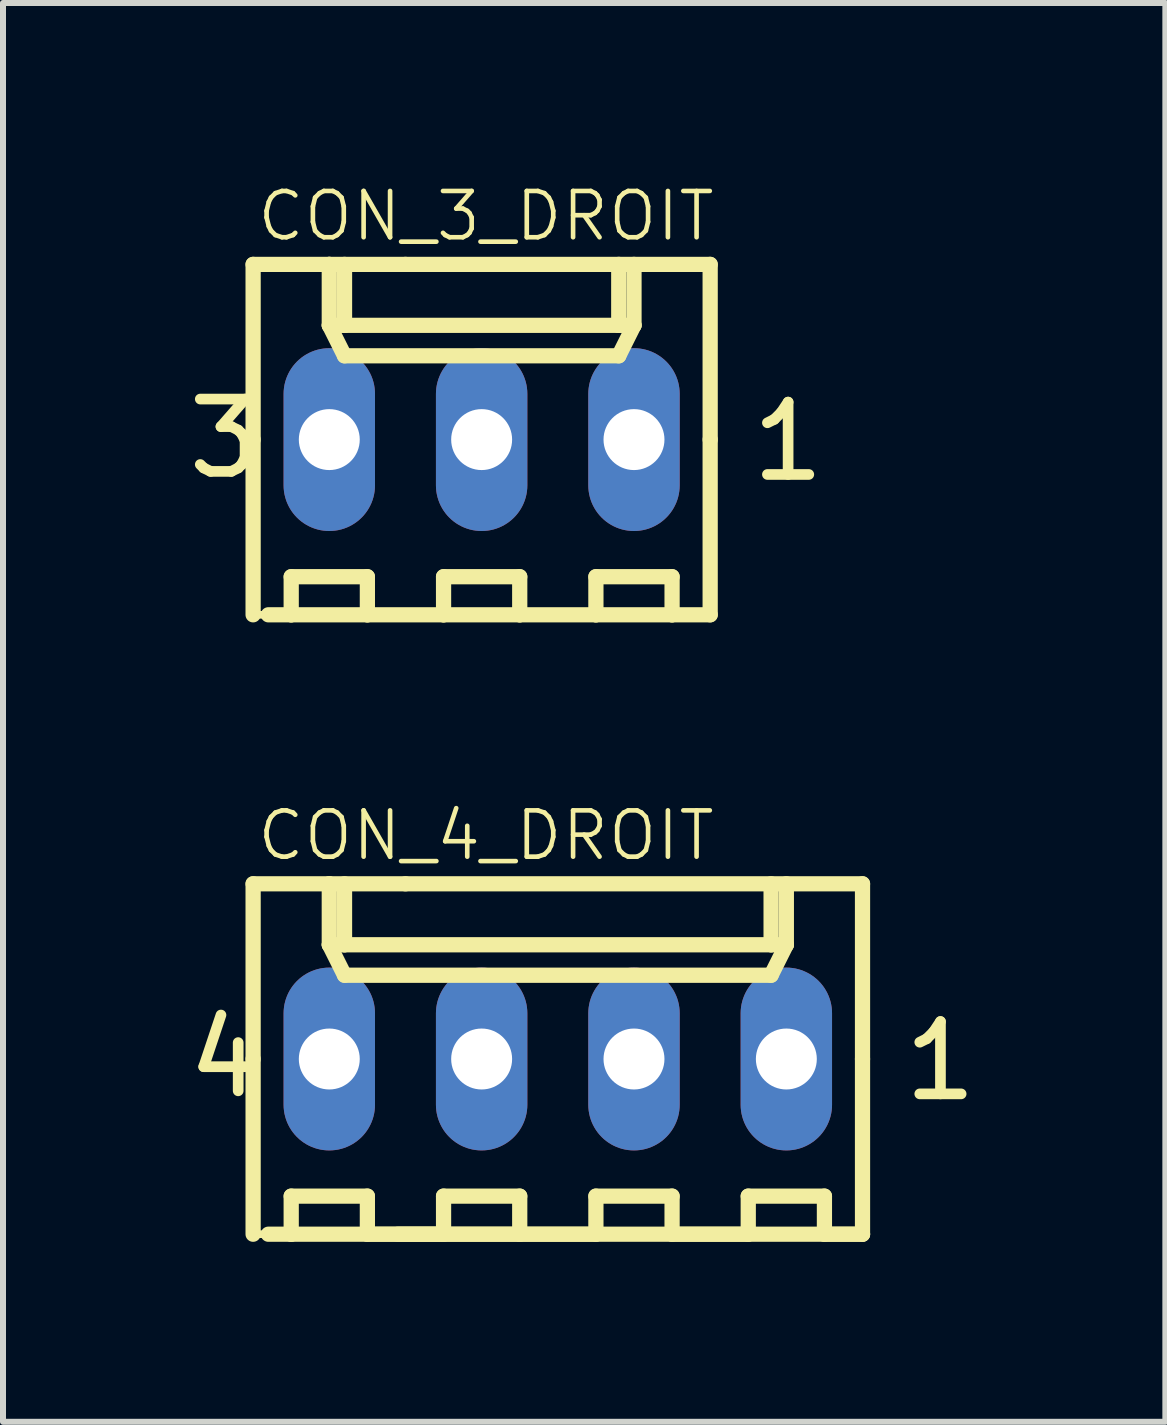
<source format=kicad_pcb>
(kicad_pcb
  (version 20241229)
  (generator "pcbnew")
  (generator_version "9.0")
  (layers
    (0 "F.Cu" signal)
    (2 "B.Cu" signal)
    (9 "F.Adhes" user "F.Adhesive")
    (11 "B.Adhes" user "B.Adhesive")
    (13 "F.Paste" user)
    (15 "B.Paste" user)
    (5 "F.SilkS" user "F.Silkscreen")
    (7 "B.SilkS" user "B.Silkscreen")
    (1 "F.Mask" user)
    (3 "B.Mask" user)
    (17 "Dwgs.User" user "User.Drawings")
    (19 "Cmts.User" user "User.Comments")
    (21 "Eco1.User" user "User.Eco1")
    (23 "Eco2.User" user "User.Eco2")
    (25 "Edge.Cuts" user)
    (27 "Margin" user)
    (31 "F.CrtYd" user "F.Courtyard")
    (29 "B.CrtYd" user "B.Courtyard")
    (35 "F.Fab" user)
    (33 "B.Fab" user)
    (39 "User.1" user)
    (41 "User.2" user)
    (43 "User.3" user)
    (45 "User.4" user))
  (footprint "CON_4_DROIT"
    (layer "F.Cu")
    (at 6.25 14.606)
    (property "Reference" "CON_4_DROIT" (at -5.053 -3.275 180) (layer "F.SilkS") (effects (font (size 0.772 0.772) (thickness 0.077)) (justify left bottom)))
    (attr through_hole)
    (fp_line (start -5.08 -2.921) (end -3.81 -2.921) (stroke (width 0.254) (type solid)) (layer "F.SilkS"))
    (fp_line (start -5.08 0) (end -5.08 -2.921) (stroke (width 0.254) (type solid)) (layer "F.SilkS"))
    (fp_line (start -5.08 0) (end -5.08 2.921) (stroke (width 0.254) (type solid)) (layer "F.SilkS"))
    (fp_line (start -5.08 2.921) (end -2.667 2.921) (stroke (width 0.127) (type solid)) (layer "F.SilkS"))
    (fp_line (start -4.826 2.921) (end -4.445 2.921) (stroke (width 0.254) (type solid)) (layer "F.SilkS"))
    (fp_line (start -4.445 2.286) (end -3.175 2.286) (stroke (width 0.254) (type solid)) (layer "F.SilkS"))
    (fp_line (start -4.445 2.921) (end -4.445 2.286) (stroke (width 0.254) (type solid)) (layer "F.SilkS"))
    (fp_line (start -3.81 -2.921) (end -2.54 -2.921) (stroke (width 0.254) (type solid)) (layer "F.SilkS"))
    (fp_line (start -3.81 -2.54) (end -3.81 -2.921) (stroke (width 0.127) (type solid)) (layer "F.SilkS"))
    (fp_line (start -3.81 -1.905) (end -3.81 -2.921) (stroke (width 0.254) (type solid)) (layer "F.SilkS"))
    (fp_line (start -3.81 -1.905) (end -3.556 -1.905) (stroke (width 0.254) (type solid)) (layer "F.SilkS"))
    (fp_line (start -3.81 -1.905) (end -3.556 -1.397) (stroke (width 0.254) (type solid)) (layer "F.SilkS"))
    (fp_line (start -3.556 -2.921) (end -3.81 -2.921) (stroke (width 0.127) (type solid)) (layer "F.SilkS"))
    (fp_line (start -3.556 -2.921) (end -3.556 -1.905) (stroke (width 0.254) (type solid)) (layer "F.SilkS"))
    (fp_line (start -3.556 -1.905) (end 3.556 -1.905) (stroke (width 0.254) (type solid)) (layer "F.SilkS"))
    (fp_line (start -3.556 -1.397) (end 3.556 -1.397) (stroke (width 0.254) (type solid)) (layer "F.SilkS"))
    (fp_line (start -3.175 2.286) (end -3.175 2.921) (stroke (width 0.254) (type solid)) (layer "F.SilkS"))
    (fp_line (start -3.175 2.921) (end -1.905 2.921) (stroke (width 0.254) (type solid)) (layer "F.SilkS"))
    (fp_line (start -1.905 2.286) (end -0.635 2.286) (stroke (width 0.254) (type solid)) (layer "F.SilkS"))
    (fp_line (start -1.905 2.921) (end -1.905 2.286) (stroke (width 0.254) (type solid)) (layer "F.SilkS"))
    (fp_line (start -0.635 2.286) (end -0.635 2.921) (stroke (width 0.254) (type solid)) (layer "F.SilkS"))
    (fp_line (start -0.635 2.921) (end -4.445 2.921) (stroke (width 0.254) (type solid)) (layer "F.SilkS"))
    (fp_line (start -0.635 2.921) (end 0.635 2.921) (stroke (width 0.254) (type solid)) (layer "F.SilkS"))
    (fp_line (start 0.635 2.286) (end 1.905 2.286) (stroke (width 0.254) (type solid)) (layer "F.SilkS"))
    (fp_line (start 0.635 2.921) (end 0.635 2.286) (stroke (width 0.254) (type solid)) (layer "F.SilkS"))
    (fp_line (start 1.905 2.286) (end 1.905 2.921) (stroke (width 0.254) (type solid)) (layer "F.SilkS"))
    (fp_line (start 1.905 2.921) (end 3.175 2.921) (stroke (width 0.254) (type solid)) (layer "F.SilkS"))
    (fp_line (start 3.175 2.286) (end 4.445 2.286) (stroke (width 0.254) (type solid)) (layer "F.SilkS"))
    (fp_line (start 3.175 2.921) (end 3.175 2.286) (stroke (width 0.254) (type solid)) (layer "F.SilkS"))
    (fp_line (start 3.556 -2.921) (end 3.556 -1.905) (stroke (width 0.254) (type solid)) (layer "F.SilkS"))
    (fp_line (start 3.556 -1.905) (end 3.81 -1.905) (stroke (width 0.254) (type solid)) (layer "F.SilkS"))
    (fp_line (start 3.556 -1.397) (end 3.81 -1.905) (stroke (width 0.254) (type solid)) (layer "F.SilkS"))
    (fp_line (start 3.81 -1.905) (end 3.81 -2.921) (stroke (width 0.254) (type solid)) (layer "F.SilkS"))
    (fp_line (start 4.445 2.286) (end 4.445 2.921) (stroke (width 0.254) (type solid)) (layer "F.SilkS"))
    (fp_line (start 4.445 2.921) (end 5.08 2.921) (stroke (width 0.254) (type solid)) (layer "F.SilkS"))
    (fp_line (start 5.08 -2.921) (end -2.54 -2.921) (stroke (width 0.254) (type solid)) (layer "F.SilkS"))
    (fp_line (start 5.08 0) (end 5.08 -2.921) (stroke (width 0.254) (type solid)) (layer "F.SilkS"))
    (fp_line (start 5.08 0) (end 5.08 2.921) (stroke (width 0.254) (type solid)) (layer "F.SilkS"))
    (fp_line (start 5.08 2.921) (end -2.667 2.921) (stroke (width 0.254) (type solid)) (layer "F.SilkS"))
    (fp_poly (pts (xy -4.064 0.254) (xy -3.556 0.254) (xy -3.556 -0.254) (xy -4.064 -0.254)) (stroke (width 0.1) (type solid)) (fill no) (layer "F.Fab"))
    (fp_poly (pts (xy -1.524 0.254) (xy -1.016 0.254) (xy -1.016 -0.254) (xy -1.524 -0.254)) (stroke (width 0.1) (type solid)) (fill no) (layer "F.Fab"))
    (fp_poly (pts (xy 1.016 0.254) (xy 1.524 0.254) (xy 1.524 -0.254) (xy 1.016 -0.254)) (stroke (width 0.1) (type solid)) (fill no) (layer "F.Fab"))
    (fp_poly (pts (xy 3.556 0.254) (xy 4.064 0.254) (xy 4.064 -0.254) (xy 3.556 -0.254)) (stroke (width 0.1) (type solid)) (fill no) (layer "F.Fab"))
    (fp_text user "1" (at 5.688 0.738 0) (layer "F.SilkS") (effects (font (size 1.206 1.206) (thickness 0.178)) (justify left bottom)))
    (fp_text user "4" (at -6.25 0.687 0) (layer "F.SilkS") (effects (font (size 1.206 1.206) (thickness 0.178)) (justify left bottom)))
    (pad "1" thru_hole oval (at 3.81 0 90) (size 3.048 1.524) (drill 1.016) (layers "*.Cu" "*.Mask"))
    (pad "2" thru_hole oval (at 1.27 0 90) (size 3.048 1.524) (drill 1.016) (layers "*.Cu" "*.Mask"))
    (pad "3" thru_hole oval (at -1.27 0 90) (size 3.048 1.524) (drill 1.016) (layers "*.Cu" "*.Mask"))
    (pad "4" thru_hole oval (at -3.81 0 90) (size 3.048 1.524) (drill 1.016) (layers "*.Cu" "*.Mask")))
  (footprint "CON_3_DROIT"
    (layer "F.Cu")
    (at 4.98 4.279)
    (property "Reference" "CON_3_DROIT" (at -3.783 -3.275 0) (layer "F.SilkS") (effects (font (size 0.772 0.772) (thickness 0.077)) (justify left bottom)))
    (attr through_hole)
    (fp_line (start -3.81 -2.921) (end -2.54 -2.921) (stroke (width 0.254) (type solid)) (layer "F.SilkS"))
    (fp_line (start -3.81 0) (end -3.81 -2.921) (stroke (width 0.254) (type solid)) (layer "F.SilkS"))
    (fp_line (start -3.81 0) (end -3.81 2.921) (stroke (width 0.254) (type solid)) (layer "F.SilkS"))
    (fp_line (start -3.81 2.921) (end -1.27 2.921) (stroke (width 0.127) (type solid)) (layer "F.SilkS"))
    (fp_line (start -3.556 2.921) (end -3.175 2.921) (stroke (width 0.254) (type solid)) (layer "F.SilkS"))
    (fp_line (start -3.175 2.286) (end -1.905 2.286) (stroke (width 0.254) (type solid)) (layer "F.SilkS"))
    (fp_line (start -3.175 2.921) (end -3.175 2.286) (stroke (width 0.254) (type solid)) (layer "F.SilkS"))
    (fp_line (start -2.54 -2.921) (end -1.27 -2.921) (stroke (width 0.254) (type solid)) (layer "F.SilkS"))
    (fp_line (start -2.54 -2.54) (end -2.54 -2.921) (stroke (width 0.127) (type solid)) (layer "F.SilkS"))
    (fp_line (start -2.54 -1.905) (end -2.54 -2.921) (stroke (width 0.254) (type solid)) (layer "F.SilkS"))
    (fp_line (start -2.54 -1.905) (end -2.286 -1.905) (stroke (width 0.254) (type solid)) (layer "F.SilkS"))
    (fp_line (start -2.54 -1.905) (end -2.286 -1.397) (stroke (width 0.254) (type solid)) (layer "F.SilkS"))
    (fp_line (start -2.286 -2.921) (end -2.54 -2.921) (stroke (width 0.127) (type solid)) (layer "F.SilkS"))
    (fp_line (start -2.286 -2.921) (end -2.286 -1.905) (stroke (width 0.254) (type solid)) (layer "F.SilkS"))
    (fp_line (start -2.286 -1.905) (end 2.286 -1.905) (stroke (width 0.254) (type solid)) (layer "F.SilkS"))
    (fp_line (start -2.286 -1.397) (end 2.286 -1.397) (stroke (width 0.254) (type solid)) (layer "F.SilkS"))
    (fp_line (start -1.905 2.286) (end -1.905 2.921) (stroke (width 0.254) (type solid)) (layer "F.SilkS"))
    (fp_line (start -1.905 2.921) (end -3.175 2.921) (stroke (width 0.254) (type solid)) (layer "F.SilkS"))
    (fp_line (start -1.905 2.921) (end -0.635 2.921) (stroke (width 0.254) (type solid)) (layer "F.SilkS"))
    (fp_line (start -0.635 2.286) (end 0.635 2.286) (stroke (width 0.254) (type solid)) (layer "F.SilkS"))
    (fp_line (start -0.635 2.921) (end -1.27 2.921) (stroke (width 0.127) (type solid)) (layer "F.SilkS"))
    (fp_line (start -0.635 2.921) (end -0.635 2.286) (stroke (width 0.254) (type solid)) (layer "F.SilkS"))
    (fp_line (start 0.635 2.286) (end 0.635 2.921) (stroke (width 0.254) (type solid)) (layer "F.SilkS"))
    (fp_line (start 0.635 2.921) (end -0.635 2.921) (stroke (width 0.254) (type solid)) (layer "F.SilkS"))
    (fp_line (start 0.635 2.921) (end 1.905 2.921) (stroke (width 0.254) (type solid)) (layer "F.SilkS"))
    (fp_line (start 1.905 2.286) (end 3.175 2.286) (stroke (width 0.254) (type solid)) (layer "F.SilkS"))
    (fp_line (start 1.905 2.921) (end 1.905 2.286) (stroke (width 0.254) (type solid)) (layer "F.SilkS"))
    (fp_line (start 2.286 -2.921) (end 2.286 -1.905) (stroke (width 0.254) (type solid)) (layer "F.SilkS"))
    (fp_line (start 2.286 -1.905) (end 2.54 -1.905) (stroke (width 0.254) (type solid)) (layer "F.SilkS"))
    (fp_line (start 2.286 -1.397) (end 2.54 -1.905) (stroke (width 0.254) (type solid)) (layer "F.SilkS"))
    (fp_line (start 2.54 -1.905) (end 2.54 -2.921) (stroke (width 0.254) (type solid)) (layer "F.SilkS"))
    (fp_line (start 3.175 2.286) (end 3.175 2.921) (stroke (width 0.254) (type solid)) (layer "F.SilkS"))
    (fp_line (start 3.175 2.921) (end 1.905 2.921) (stroke (width 0.254) (type solid)) (layer "F.SilkS"))
    (fp_line (start 3.175 2.921) (end 3.81 2.921) (stroke (width 0.254) (type solid)) (layer "F.SilkS"))
    (fp_line (start 3.81 -2.921) (end -1.27 -2.921) (stroke (width 0.254) (type solid)) (layer "F.SilkS"))
    (fp_line (start 3.81 0) (end 3.81 -2.921) (stroke (width 0.254) (type solid)) (layer "F.SilkS"))
    (fp_line (start 3.81 0) (end 3.81 2.921) (stroke (width 0.254) (type solid)) (layer "F.SilkS"))
    (fp_poly (pts (xy -2.794 0.254) (xy -2.286 0.254) (xy -2.286 -0.254) (xy -2.794 -0.254)) (stroke (width 0.1) (type solid)) (fill no) (layer "F.Fab"))
    (fp_poly (pts (xy -0.254 0.254) (xy 0.254 0.254) (xy 0.254 -0.254) (xy -0.254 -0.254)) (stroke (width 0.1) (type solid)) (fill no) (layer "F.Fab"))
    (fp_poly (pts (xy 2.286 0.254) (xy 2.794 0.254) (xy 2.794 -0.254) (xy 2.286 -0.254)) (stroke (width 0.1) (type solid)) (fill no) (layer "F.Fab"))
    (fp_text user "3" (at -4.98 0.687 0) (layer "F.SilkS") (effects (font (size 1.206 1.206) (thickness 0.178)) (justify left bottom)))
    (fp_text user "1" (at 4.418 0.738 0) (layer "F.SilkS") (effects (font (size 1.206 1.206) (thickness 0.178)) (justify left bottom)))
    (pad "1" thru_hole oval (at 2.54 0 90) (size 3.048 1.524) (drill 1.016) (layers "*.Cu" "*.Mask"))
    (pad "2" thru_hole oval (at 0 0 90) (size 3.048 1.524) (drill 1.016) (layers "*.Cu" "*.Mask"))
    (pad "3" thru_hole oval (at -2.54 0 90) (size 3.048 1.524) (drill 1.016) (layers "*.Cu" "*.Mask")))
  (gr_rect
    (start -3 -3)
    (end 16.379 20.654)
    (stroke (width 0.1) (type default))
    (fill no)
    (layer "Edge.Cuts")))
</source>
